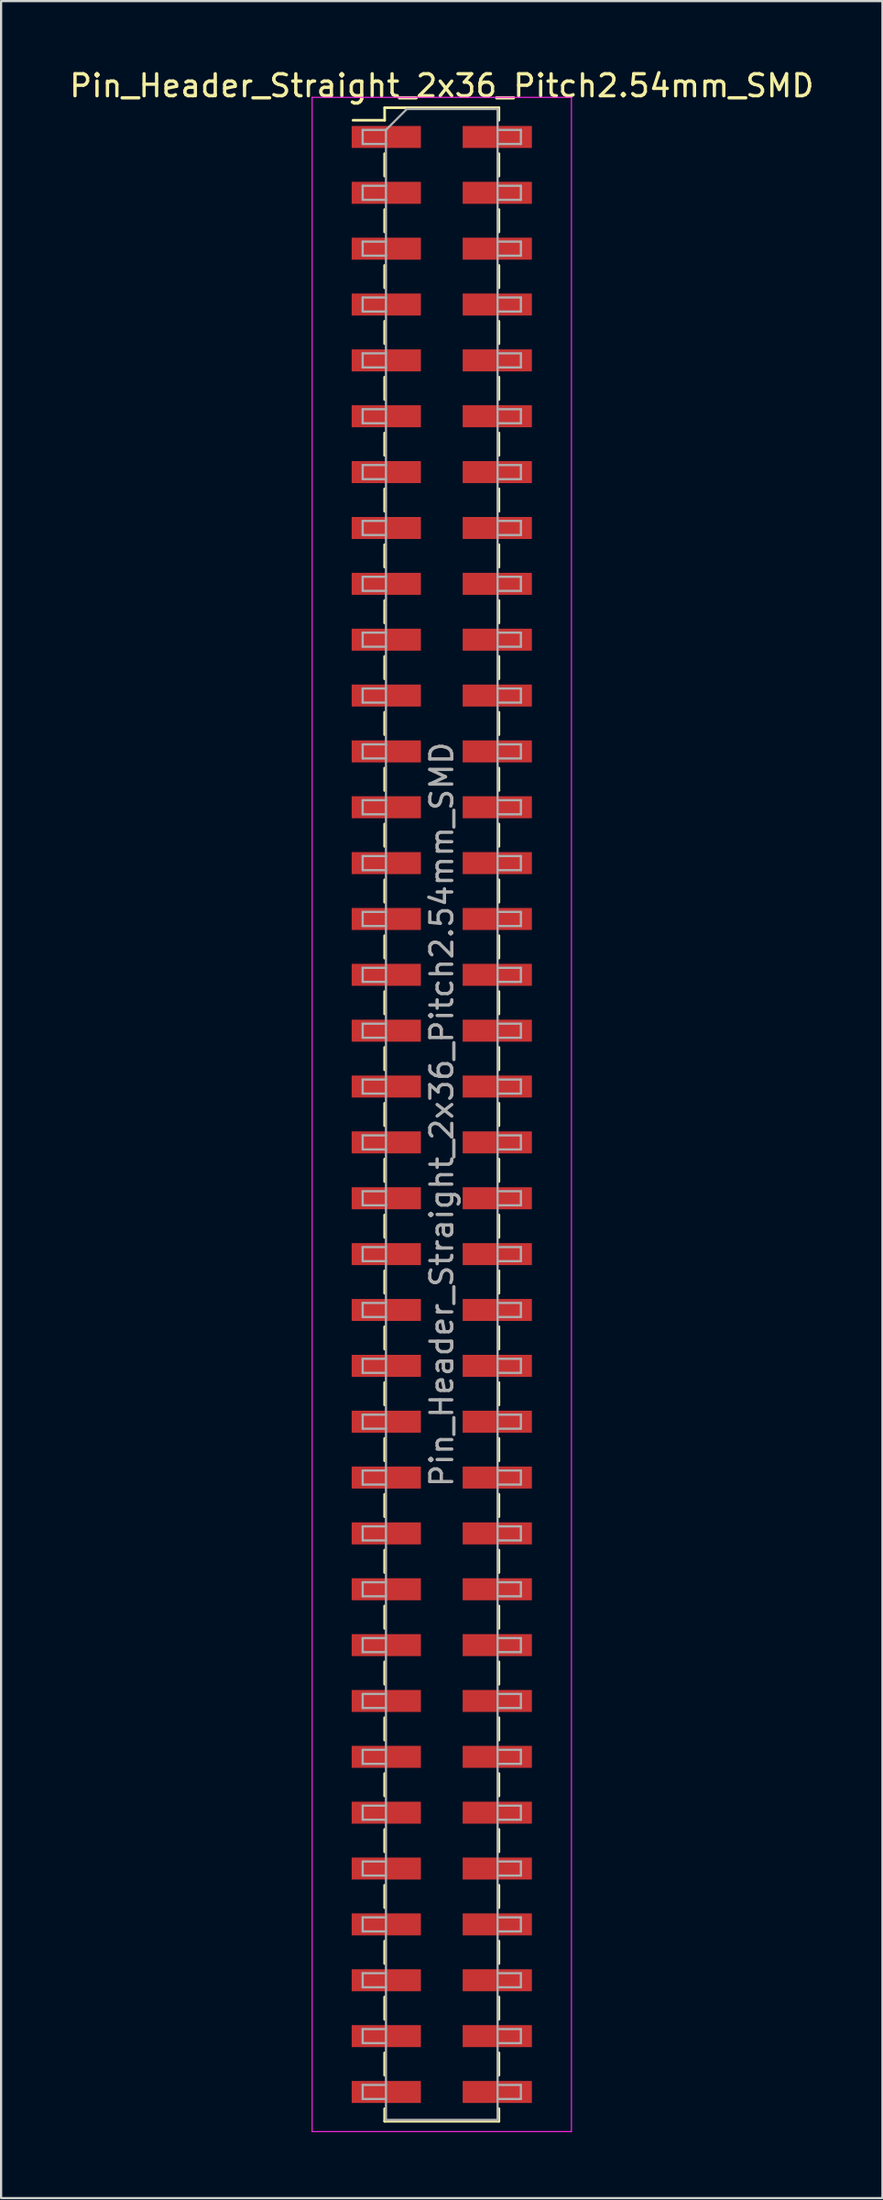
<source format=kicad_pcb>
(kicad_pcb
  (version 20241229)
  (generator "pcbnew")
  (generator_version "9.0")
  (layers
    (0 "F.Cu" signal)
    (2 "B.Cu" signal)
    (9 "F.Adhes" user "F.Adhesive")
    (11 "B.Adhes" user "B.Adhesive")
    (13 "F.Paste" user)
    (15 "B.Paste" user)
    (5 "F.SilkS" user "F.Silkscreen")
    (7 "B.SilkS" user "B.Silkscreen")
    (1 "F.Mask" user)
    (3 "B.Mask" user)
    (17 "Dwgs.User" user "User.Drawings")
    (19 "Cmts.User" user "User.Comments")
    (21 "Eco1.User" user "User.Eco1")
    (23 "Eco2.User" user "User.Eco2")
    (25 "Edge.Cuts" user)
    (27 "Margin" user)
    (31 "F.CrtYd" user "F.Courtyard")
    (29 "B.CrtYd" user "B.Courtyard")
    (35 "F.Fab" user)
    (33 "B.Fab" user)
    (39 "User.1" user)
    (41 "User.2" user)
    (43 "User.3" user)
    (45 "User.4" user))
  (footprint "Pin_Header_Straight_2x36_Pitch2.54mm_SMD"
    (layer "F.Cu")
    (at 17.054 47.628)
    (property "Reference" "Pin_Header_Straight_2x36_Pitch2.54mm_SMD" (at 0 -46.78 0) (layer "F.SilkS") (effects (font (size 1 1) (thickness 0.15))))
    (attr smd)
    (fp_line (start -4.04 -45.21) (end -2.6 -45.21) (stroke (width 0.12) (type solid)) (layer "F.SilkS"))
    (fp_line (start -2.6 -45.78) (end -2.6 -45.21) (stroke (width 0.12) (type solid)) (layer "F.SilkS"))
    (fp_line (start -2.6 -45.78) (end 2.6 -45.78) (stroke (width 0.12) (type solid)) (layer "F.SilkS"))
    (fp_line (start -2.6 -43.69) (end -2.6 -42.67) (stroke (width 0.12) (type solid)) (layer "F.SilkS"))
    (fp_line (start -2.6 -41.15) (end -2.6 -40.13) (stroke (width 0.12) (type solid)) (layer "F.SilkS"))
    (fp_line (start -2.6 -38.61) (end -2.6 -37.59) (stroke (width 0.12) (type solid)) (layer "F.SilkS"))
    (fp_line (start -2.6 -36.07) (end -2.6 -35.05) (stroke (width 0.12) (type solid)) (layer "F.SilkS"))
    (fp_line (start -2.6 -33.53) (end -2.6 -32.51) (stroke (width 0.12) (type solid)) (layer "F.SilkS"))
    (fp_line (start -2.6 -30.99) (end -2.6 -29.97) (stroke (width 0.12) (type solid)) (layer "F.SilkS"))
    (fp_line (start -2.6 -28.45) (end -2.6 -27.43) (stroke (width 0.12) (type solid)) (layer "F.SilkS"))
    (fp_line (start -2.6 -25.91) (end -2.6 -24.89) (stroke (width 0.12) (type solid)) (layer "F.SilkS"))
    (fp_line (start -2.6 -23.37) (end -2.6 -22.35) (stroke (width 0.12) (type solid)) (layer "F.SilkS"))
    (fp_line (start -2.6 -20.83) (end -2.6 -19.81) (stroke (width 0.12) (type solid)) (layer "F.SilkS"))
    (fp_line (start -2.6 -18.29) (end -2.6 -17.27) (stroke (width 0.12) (type solid)) (layer "F.SilkS"))
    (fp_line (start -2.6 -15.75) (end -2.6 -14.73) (stroke (width 0.12) (type solid)) (layer "F.SilkS"))
    (fp_line (start -2.6 -13.21) (end -2.6 -12.19) (stroke (width 0.12) (type solid)) (layer "F.SilkS"))
    (fp_line (start -2.6 -10.67) (end -2.6 -9.65) (stroke (width 0.12) (type solid)) (layer "F.SilkS"))
    (fp_line (start -2.6 -8.13) (end -2.6 -7.11) (stroke (width 0.12) (type solid)) (layer "F.SilkS"))
    (fp_line (start -2.6 -5.59) (end -2.6 -4.57) (stroke (width 0.12) (type solid)) (layer "F.SilkS"))
    (fp_line (start -2.6 -3.05) (end -2.6 -2.03) (stroke (width 0.12) (type solid)) (layer "F.SilkS"))
    (fp_line (start -2.6 -0.51) (end -2.6 0.51) (stroke (width 0.12) (type solid)) (layer "F.SilkS"))
    (fp_line (start -2.6 2.03) (end -2.6 3.05) (stroke (width 0.12) (type solid)) (layer "F.SilkS"))
    (fp_line (start -2.6 4.57) (end -2.6 5.59) (stroke (width 0.12) (type solid)) (layer "F.SilkS"))
    (fp_line (start -2.6 7.11) (end -2.6 8.13) (stroke (width 0.12) (type solid)) (layer "F.SilkS"))
    (fp_line (start -2.6 9.65) (end -2.6 10.67) (stroke (width 0.12) (type solid)) (layer "F.SilkS"))
    (fp_line (start -2.6 12.19) (end -2.6 13.21) (stroke (width 0.12) (type solid)) (layer "F.SilkS"))
    (fp_line (start -2.6 14.73) (end -2.6 15.75) (stroke (width 0.12) (type solid)) (layer "F.SilkS"))
    (fp_line (start -2.6 17.27) (end -2.6 18.29) (stroke (width 0.12) (type solid)) (layer "F.SilkS"))
    (fp_line (start -2.6 19.81) (end -2.6 20.83) (stroke (width 0.12) (type solid)) (layer "F.SilkS"))
    (fp_line (start -2.6 22.35) (end -2.6 23.37) (stroke (width 0.12) (type solid)) (layer "F.SilkS"))
    (fp_line (start -2.6 24.89) (end -2.6 25.91) (stroke (width 0.12) (type solid)) (layer "F.SilkS"))
    (fp_line (start -2.6 27.43) (end -2.6 28.45) (stroke (width 0.12) (type solid)) (layer "F.SilkS"))
    (fp_line (start -2.6 29.97) (end -2.6 30.99) (stroke (width 0.12) (type solid)) (layer "F.SilkS"))
    (fp_line (start -2.6 32.51) (end -2.6 33.53) (stroke (width 0.12) (type solid)) (layer "F.SilkS"))
    (fp_line (start -2.6 35.05) (end -2.6 36.07) (stroke (width 0.12) (type solid)) (layer "F.SilkS"))
    (fp_line (start -2.6 37.59) (end -2.6 38.61) (stroke (width 0.12) (type solid)) (layer "F.SilkS"))
    (fp_line (start -2.6 40.13) (end -2.6 41.15) (stroke (width 0.12) (type solid)) (layer "F.SilkS"))
    (fp_line (start -2.6 42.67) (end -2.6 43.69) (stroke (width 0.12) (type solid)) (layer "F.SilkS"))
    (fp_line (start -2.6 45.21) (end -2.6 45.78) (stroke (width 0.12) (type solid)) (layer "F.SilkS"))
    (fp_line (start -2.6 45.78) (end 2.6 45.78) (stroke (width 0.12) (type solid)) (layer "F.SilkS"))
    (fp_line (start 2.6 -45.78) (end 2.6 -45.21) (stroke (width 0.12) (type solid)) (layer "F.SilkS"))
    (fp_line (start 2.6 -43.69) (end 2.6 -42.67) (stroke (width 0.12) (type solid)) (layer "F.SilkS"))
    (fp_line (start 2.6 -41.15) (end 2.6 -40.13) (stroke (width 0.12) (type solid)) (layer "F.SilkS"))
    (fp_line (start 2.6 -38.61) (end 2.6 -37.59) (stroke (width 0.12) (type solid)) (layer "F.SilkS"))
    (fp_line (start 2.6 -36.07) (end 2.6 -35.05) (stroke (width 0.12) (type solid)) (layer "F.SilkS"))
    (fp_line (start 2.6 -33.53) (end 2.6 -32.51) (stroke (width 0.12) (type solid)) (layer "F.SilkS"))
    (fp_line (start 2.6 -30.99) (end 2.6 -29.97) (stroke (width 0.12) (type solid)) (layer "F.SilkS"))
    (fp_line (start 2.6 -28.45) (end 2.6 -27.43) (stroke (width 0.12) (type solid)) (layer "F.SilkS"))
    (fp_line (start 2.6 -25.91) (end 2.6 -24.89) (stroke (width 0.12) (type solid)) (layer "F.SilkS"))
    (fp_line (start 2.6 -23.37) (end 2.6 -22.35) (stroke (width 0.12) (type solid)) (layer "F.SilkS"))
    (fp_line (start 2.6 -20.83) (end 2.6 -19.81) (stroke (width 0.12) (type solid)) (layer "F.SilkS"))
    (fp_line (start 2.6 -18.29) (end 2.6 -17.27) (stroke (width 0.12) (type solid)) (layer "F.SilkS"))
    (fp_line (start 2.6 -15.75) (end 2.6 -14.73) (stroke (width 0.12) (type solid)) (layer "F.SilkS"))
    (fp_line (start 2.6 -13.21) (end 2.6 -12.19) (stroke (width 0.12) (type solid)) (layer "F.SilkS"))
    (fp_line (start 2.6 -10.67) (end 2.6 -9.65) (stroke (width 0.12) (type solid)) (layer "F.SilkS"))
    (fp_line (start 2.6 -8.13) (end 2.6 -7.11) (stroke (width 0.12) (type solid)) (layer "F.SilkS"))
    (fp_line (start 2.6 -5.59) (end 2.6 -4.57) (stroke (width 0.12) (type solid)) (layer "F.SilkS"))
    (fp_line (start 2.6 -3.05) (end 2.6 -2.03) (stroke (width 0.12) (type solid)) (layer "F.SilkS"))
    (fp_line (start 2.6 -0.51) (end 2.6 0.51) (stroke (width 0.12) (type solid)) (layer "F.SilkS"))
    (fp_line (start 2.6 2.03) (end 2.6 3.05) (stroke (width 0.12) (type solid)) (layer "F.SilkS"))
    (fp_line (start 2.6 4.57) (end 2.6 5.59) (stroke (width 0.12) (type solid)) (layer "F.SilkS"))
    (fp_line (start 2.6 7.11) (end 2.6 8.13) (stroke (width 0.12) (type solid)) (layer "F.SilkS"))
    (fp_line (start 2.6 9.65) (end 2.6 10.67) (stroke (width 0.12) (type solid)) (layer "F.SilkS"))
    (fp_line (start 2.6 12.19) (end 2.6 13.21) (stroke (width 0.12) (type solid)) (layer "F.SilkS"))
    (fp_line (start 2.6 14.73) (end 2.6 15.75) (stroke (width 0.12) (type solid)) (layer "F.SilkS"))
    (fp_line (start 2.6 17.27) (end 2.6 18.29) (stroke (width 0.12) (type solid)) (layer "F.SilkS"))
    (fp_line (start 2.6 19.81) (end 2.6 20.83) (stroke (width 0.12) (type solid)) (layer "F.SilkS"))
    (fp_line (start 2.6 22.35) (end 2.6 23.37) (stroke (width 0.12) (type solid)) (layer "F.SilkS"))
    (fp_line (start 2.6 24.89) (end 2.6 25.91) (stroke (width 0.12) (type solid)) (layer "F.SilkS"))
    (fp_line (start 2.6 27.43) (end 2.6 28.45) (stroke (width 0.12) (type solid)) (layer "F.SilkS"))
    (fp_line (start 2.6 29.97) (end 2.6 30.99) (stroke (width 0.12) (type solid)) (layer "F.SilkS"))
    (fp_line (start 2.6 32.51) (end 2.6 33.53) (stroke (width 0.12) (type solid)) (layer "F.SilkS"))
    (fp_line (start 2.6 35.05) (end 2.6 36.07) (stroke (width 0.12) (type solid)) (layer "F.SilkS"))
    (fp_line (start 2.6 37.59) (end 2.6 38.61) (stroke (width 0.12) (type solid)) (layer "F.SilkS"))
    (fp_line (start 2.6 40.13) (end 2.6 41.15) (stroke (width 0.12) (type solid)) (layer "F.SilkS"))
    (fp_line (start 2.6 42.67) (end 2.6 43.69) (stroke (width 0.12) (type solid)) (layer "F.SilkS"))
    (fp_line (start 2.6 45.21) (end 2.6 45.78) (stroke (width 0.12) (type solid)) (layer "F.SilkS"))
    (fp_line (start -5.9 -46.25) (end -5.9 46.25) (stroke (width 0.05) (type solid)) (layer "F.CrtYd"))
    (fp_line (start -5.9 46.25) (end 5.9 46.25) (stroke (width 0.05) (type solid)) (layer "F.CrtYd"))
    (fp_line (start 5.9 -46.25) (end -5.9 -46.25) (stroke (width 0.05) (type solid)) (layer "F.CrtYd"))
    (fp_line (start 5.9 46.25) (end 5.9 -46.25) (stroke (width 0.05) (type solid)) (layer "F.CrtYd"))
    (fp_line (start -3.6 -44.77) (end -3.6 -44.13) (stroke (width 0.1) (type solid)) (layer "F.Fab"))
    (fp_line (start -3.6 -44.13) (end -2.54 -44.13) (stroke (width 0.1) (type solid)) (layer "F.Fab"))
    (fp_line (start -3.6 -42.23) (end -3.6 -41.59) (stroke (width 0.1) (type solid)) (layer "F.Fab"))
    (fp_line (start -3.6 -41.59) (end -2.54 -41.59) (stroke (width 0.1) (type solid)) (layer "F.Fab"))
    (fp_line (start -3.6 -39.69) (end -3.6 -39.05) (stroke (width 0.1) (type solid)) (layer "F.Fab"))
    (fp_line (start -3.6 -39.05) (end -2.54 -39.05) (stroke (width 0.1) (type solid)) (layer "F.Fab"))
    (fp_line (start -3.6 -37.15) (end -3.6 -36.51) (stroke (width 0.1) (type solid)) (layer "F.Fab"))
    (fp_line (start -3.6 -36.51) (end -2.54 -36.51) (stroke (width 0.1) (type solid)) (layer "F.Fab"))
    (fp_line (start -3.6 -34.61) (end -3.6 -33.97) (stroke (width 0.1) (type solid)) (layer "F.Fab"))
    (fp_line (start -3.6 -33.97) (end -2.54 -33.97) (stroke (width 0.1) (type solid)) (layer "F.Fab"))
    (fp_line (start -3.6 -32.07) (end -3.6 -31.43) (stroke (width 0.1) (type solid)) (layer "F.Fab"))
    (fp_line (start -3.6 -31.43) (end -2.54 -31.43) (stroke (width 0.1) (type solid)) (layer "F.Fab"))
    (fp_line (start -3.6 -29.53) (end -3.6 -28.89) (stroke (width 0.1) (type solid)) (layer "F.Fab"))
    (fp_line (start -3.6 -28.89) (end -2.54 -28.89) (stroke (width 0.1) (type solid)) (layer "F.Fab"))
    (fp_line (start -3.6 -26.99) (end -3.6 -26.35) (stroke (width 0.1) (type solid)) (layer "F.Fab"))
    (fp_line (start -3.6 -26.35) (end -2.54 -26.35) (stroke (width 0.1) (type solid)) (layer "F.Fab"))
    (fp_line (start -3.6 -24.45) (end -3.6 -23.81) (stroke (width 0.1) (type solid)) (layer "F.Fab"))
    (fp_line (start -3.6 -23.81) (end -2.54 -23.81) (stroke (width 0.1) (type solid)) (layer "F.Fab"))
    (fp_line (start -3.6 -21.91) (end -3.6 -21.27) (stroke (width 0.1) (type solid)) (layer "F.Fab"))
    (fp_line (start -3.6 -21.27) (end -2.54 -21.27) (stroke (width 0.1) (type solid)) (layer "F.Fab"))
    (fp_line (start -3.6 -19.37) (end -3.6 -18.73) (stroke (width 0.1) (type solid)) (layer "F.Fab"))
    (fp_line (start -3.6 -18.73) (end -2.54 -18.73) (stroke (width 0.1) (type solid)) (layer "F.Fab"))
    (fp_line (start -3.6 -16.83) (end -3.6 -16.19) (stroke (width 0.1) (type solid)) (layer "F.Fab"))
    (fp_line (start -3.6 -16.19) (end -2.54 -16.19) (stroke (width 0.1) (type solid)) (layer "F.Fab"))
    (fp_line (start -3.6 -14.29) (end -3.6 -13.65) (stroke (width 0.1) (type solid)) (layer "F.Fab"))
    (fp_line (start -3.6 -13.65) (end -2.54 -13.65) (stroke (width 0.1) (type solid)) (layer "F.Fab"))
    (fp_line (start -3.6 -11.75) (end -3.6 -11.11) (stroke (width 0.1) (type solid)) (layer "F.Fab"))
    (fp_line (start -3.6 -11.11) (end -2.54 -11.11) (stroke (width 0.1) (type solid)) (layer "F.Fab"))
    (fp_line (start -3.6 -9.21) (end -3.6 -8.57) (stroke (width 0.1) (type solid)) (layer "F.Fab"))
    (fp_line (start -3.6 -8.57) (end -2.54 -8.57) (stroke (width 0.1) (type solid)) (layer "F.Fab"))
    (fp_line (start -3.6 -6.67) (end -3.6 -6.03) (stroke (width 0.1) (type solid)) (layer "F.Fab"))
    (fp_line (start -3.6 -6.03) (end -2.54 -6.03) (stroke (width 0.1) (type solid)) (layer "F.Fab"))
    (fp_line (start -3.6 -4.13) (end -3.6 -3.49) (stroke (width 0.1) (type solid)) (layer "F.Fab"))
    (fp_line (start -3.6 -3.49) (end -2.54 -3.49) (stroke (width 0.1) (type solid)) (layer "F.Fab"))
    (fp_line (start -3.6 -1.59) (end -3.6 -0.95) (stroke (width 0.1) (type solid)) (layer "F.Fab"))
    (fp_line (start -3.6 -0.95) (end -2.54 -0.95) (stroke (width 0.1) (type solid)) (layer "F.Fab"))
    (fp_line (start -3.6 0.95) (end -3.6 1.59) (stroke (width 0.1) (type solid)) (layer "F.Fab"))
    (fp_line (start -3.6 1.59) (end -2.54 1.59) (stroke (width 0.1) (type solid)) (layer "F.Fab"))
    (fp_line (start -3.6 3.49) (end -3.6 4.13) (stroke (width 0.1) (type solid)) (layer "F.Fab"))
    (fp_line (start -3.6 4.13) (end -2.54 4.13) (stroke (width 0.1) (type solid)) (layer "F.Fab"))
    (fp_line (start -3.6 6.03) (end -3.6 6.67) (stroke (width 0.1) (type solid)) (layer "F.Fab"))
    (fp_line (start -3.6 6.67) (end -2.54 6.67) (stroke (width 0.1) (type solid)) (layer "F.Fab"))
    (fp_line (start -3.6 8.57) (end -3.6 9.21) (stroke (width 0.1) (type solid)) (layer "F.Fab"))
    (fp_line (start -3.6 9.21) (end -2.54 9.21) (stroke (width 0.1) (type solid)) (layer "F.Fab"))
    (fp_line (start -3.6 11.11) (end -3.6 11.75) (stroke (width 0.1) (type solid)) (layer "F.Fab"))
    (fp_line (start -3.6 11.75) (end -2.54 11.75) (stroke (width 0.1) (type solid)) (layer "F.Fab"))
    (fp_line (start -3.6 13.65) (end -3.6 14.29) (stroke (width 0.1) (type solid)) (layer "F.Fab"))
    (fp_line (start -3.6 14.29) (end -2.54 14.29) (stroke (width 0.1) (type solid)) (layer "F.Fab"))
    (fp_line (start -3.6 16.19) (end -3.6 16.83) (stroke (width 0.1) (type solid)) (layer "F.Fab"))
    (fp_line (start -3.6 16.83) (end -2.54 16.83) (stroke (width 0.1) (type solid)) (layer "F.Fab"))
    (fp_line (start -3.6 18.73) (end -3.6 19.37) (stroke (width 0.1) (type solid)) (layer "F.Fab"))
    (fp_line (start -3.6 19.37) (end -2.54 19.37) (stroke (width 0.1) (type solid)) (layer "F.Fab"))
    (fp_line (start -3.6 21.27) (end -3.6 21.91) (stroke (width 0.1) (type solid)) (layer "F.Fab"))
    (fp_line (start -3.6 21.91) (end -2.54 21.91) (stroke (width 0.1) (type solid)) (layer "F.Fab"))
    (fp_line (start -3.6 23.81) (end -3.6 24.45) (stroke (width 0.1) (type solid)) (layer "F.Fab"))
    (fp_line (start -3.6 24.45) (end -2.54 24.45) (stroke (width 0.1) (type solid)) (layer "F.Fab"))
    (fp_line (start -3.6 26.35) (end -3.6 26.99) (stroke (width 0.1) (type solid)) (layer "F.Fab"))
    (fp_line (start -3.6 26.99) (end -2.54 26.99) (stroke (width 0.1) (type solid)) (layer "F.Fab"))
    (fp_line (start -3.6 28.89) (end -3.6 29.53) (stroke (width 0.1) (type solid)) (layer "F.Fab"))
    (fp_line (start -3.6 29.53) (end -2.54 29.53) (stroke (width 0.1) (type solid)) (layer "F.Fab"))
    (fp_line (start -3.6 31.43) (end -3.6 32.07) (stroke (width 0.1) (type solid)) (layer "F.Fab"))
    (fp_line (start -3.6 32.07) (end -2.54 32.07) (stroke (width 0.1) (type solid)) (layer "F.Fab"))
    (fp_line (start -3.6 33.97) (end -3.6 34.61) (stroke (width 0.1) (type solid)) (layer "F.Fab"))
    (fp_line (start -3.6 34.61) (end -2.54 34.61) (stroke (width 0.1) (type solid)) (layer "F.Fab"))
    (fp_line (start -3.6 36.51) (end -3.6 37.15) (stroke (width 0.1) (type solid)) (layer "F.Fab"))
    (fp_line (start -3.6 37.15) (end -2.54 37.15) (stroke (width 0.1) (type solid)) (layer "F.Fab"))
    (fp_line (start -3.6 39.05) (end -3.6 39.69) (stroke (width 0.1) (type solid)) (layer "F.Fab"))
    (fp_line (start -3.6 39.69) (end -2.54 39.69) (stroke (width 0.1) (type solid)) (layer "F.Fab"))
    (fp_line (start -3.6 41.59) (end -3.6 42.23) (stroke (width 0.1) (type solid)) (layer "F.Fab"))
    (fp_line (start -3.6 42.23) (end -2.54 42.23) (stroke (width 0.1) (type solid)) (layer "F.Fab"))
    (fp_line (start -3.6 44.13) (end -3.6 44.77) (stroke (width 0.1) (type solid)) (layer "F.Fab"))
    (fp_line (start -3.6 44.77) (end -2.54 44.77) (stroke (width 0.1) (type solid)) (layer "F.Fab"))
    (fp_line (start -2.54 -44.77) (end -3.6 -44.77) (stroke (width 0.1) (type solid)) (layer "F.Fab"))
    (fp_line (start -2.54 -44.77) (end -1.59 -45.72) (stroke (width 0.1) (type solid)) (layer "F.Fab"))
    (fp_line (start -2.54 -42.23) (end -3.6 -42.23) (stroke (width 0.1) (type solid)) (layer "F.Fab"))
    (fp_line (start -2.54 -39.69) (end -3.6 -39.69) (stroke (width 0.1) (type solid)) (layer "F.Fab"))
    (fp_line (start -2.54 -37.15) (end -3.6 -37.15) (stroke (width 0.1) (type solid)) (layer "F.Fab"))
    (fp_line (start -2.54 -34.61) (end -3.6 -34.61) (stroke (width 0.1) (type solid)) (layer "F.Fab"))
    (fp_line (start -2.54 -32.07) (end -3.6 -32.07) (stroke (width 0.1) (type solid)) (layer "F.Fab"))
    (fp_line (start -2.54 -29.53) (end -3.6 -29.53) (stroke (width 0.1) (type solid)) (layer "F.Fab"))
    (fp_line (start -2.54 -26.99) (end -3.6 -26.99) (stroke (width 0.1) (type solid)) (layer "F.Fab"))
    (fp_line (start -2.54 -24.45) (end -3.6 -24.45) (stroke (width 0.1) (type solid)) (layer "F.Fab"))
    (fp_line (start -2.54 -21.91) (end -3.6 -21.91) (stroke (width 0.1) (type solid)) (layer "F.Fab"))
    (fp_line (start -2.54 -19.37) (end -3.6 -19.37) (stroke (width 0.1) (type solid)) (layer "F.Fab"))
    (fp_line (start -2.54 -16.83) (end -3.6 -16.83) (stroke (width 0.1) (type solid)) (layer "F.Fab"))
    (fp_line (start -2.54 -14.29) (end -3.6 -14.29) (stroke (width 0.1) (type solid)) (layer "F.Fab"))
    (fp_line (start -2.54 -11.75) (end -3.6 -11.75) (stroke (width 0.1) (type solid)) (layer "F.Fab"))
    (fp_line (start -2.54 -9.21) (end -3.6 -9.21) (stroke (width 0.1) (type solid)) (layer "F.Fab"))
    (fp_line (start -2.54 -6.67) (end -3.6 -6.67) (stroke (width 0.1) (type solid)) (layer "F.Fab"))
    (fp_line (start -2.54 -4.13) (end -3.6 -4.13) (stroke (width 0.1) (type solid)) (layer "F.Fab"))
    (fp_line (start -2.54 -1.59) (end -3.6 -1.59) (stroke (width 0.1) (type solid)) (layer "F.Fab"))
    (fp_line (start -2.54 0.95) (end -3.6 0.95) (stroke (width 0.1) (type solid)) (layer "F.Fab"))
    (fp_line (start -2.54 3.49) (end -3.6 3.49) (stroke (width 0.1) (type solid)) (layer "F.Fab"))
    (fp_line (start -2.54 6.03) (end -3.6 6.03) (stroke (width 0.1) (type solid)) (layer "F.Fab"))
    (fp_line (start -2.54 8.57) (end -3.6 8.57) (stroke (width 0.1) (type solid)) (layer "F.Fab"))
    (fp_line (start -2.54 11.11) (end -3.6 11.11) (stroke (width 0.1) (type solid)) (layer "F.Fab"))
    (fp_line (start -2.54 13.65) (end -3.6 13.65) (stroke (width 0.1) (type solid)) (layer "F.Fab"))
    (fp_line (start -2.54 16.19) (end -3.6 16.19) (stroke (width 0.1) (type solid)) (layer "F.Fab"))
    (fp_line (start -2.54 18.73) (end -3.6 18.73) (stroke (width 0.1) (type solid)) (layer "F.Fab"))
    (fp_line (start -2.54 21.27) (end -3.6 21.27) (stroke (width 0.1) (type solid)) (layer "F.Fab"))
    (fp_line (start -2.54 23.81) (end -3.6 23.81) (stroke (width 0.1) (type solid)) (layer "F.Fab"))
    (fp_line (start -2.54 26.35) (end -3.6 26.35) (stroke (width 0.1) (type solid)) (layer "F.Fab"))
    (fp_line (start -2.54 28.89) (end -3.6 28.89) (stroke (width 0.1) (type solid)) (layer "F.Fab"))
    (fp_line (start -2.54 31.43) (end -3.6 31.43) (stroke (width 0.1) (type solid)) (layer "F.Fab"))
    (fp_line (start -2.54 33.97) (end -3.6 33.97) (stroke (width 0.1) (type solid)) (layer "F.Fab"))
    (fp_line (start -2.54 36.51) (end -3.6 36.51) (stroke (width 0.1) (type solid)) (layer "F.Fab"))
    (fp_line (start -2.54 39.05) (end -3.6 39.05) (stroke (width 0.1) (type solid)) (layer "F.Fab"))
    (fp_line (start -2.54 41.59) (end -3.6 41.59) (stroke (width 0.1) (type solid)) (layer "F.Fab"))
    (fp_line (start -2.54 44.13) (end -3.6 44.13) (stroke (width 0.1) (type solid)) (layer "F.Fab"))
    (fp_line (start -2.54 45.72) (end -2.54 -44.77) (stroke (width 0.1) (type solid)) (layer "F.Fab"))
    (fp_line (start -1.59 -45.72) (end 2.54 -45.72) (stroke (width 0.1) (type solid)) (layer "F.Fab"))
    (fp_line (start 2.54 -45.72) (end 2.54 45.72) (stroke (width 0.1) (type solid)) (layer "F.Fab"))
    (fp_line (start 2.54 -44.77) (end 3.6 -44.77) (stroke (width 0.1) (type solid)) (layer "F.Fab"))
    (fp_line (start 2.54 -42.23) (end 3.6 -42.23) (stroke (width 0.1) (type solid)) (layer "F.Fab"))
    (fp_line (start 2.54 -39.69) (end 3.6 -39.69) (stroke (width 0.1) (type solid)) (layer "F.Fab"))
    (fp_line (start 2.54 -37.15) (end 3.6 -37.15) (stroke (width 0.1) (type solid)) (layer "F.Fab"))
    (fp_line (start 2.54 -34.61) (end 3.6 -34.61) (stroke (width 0.1) (type solid)) (layer "F.Fab"))
    (fp_line (start 2.54 -32.07) (end 3.6 -32.07) (stroke (width 0.1) (type solid)) (layer "F.Fab"))
    (fp_line (start 2.54 -29.53) (end 3.6 -29.53) (stroke (width 0.1) (type solid)) (layer "F.Fab"))
    (fp_line (start 2.54 -26.99) (end 3.6 -26.99) (stroke (width 0.1) (type solid)) (layer "F.Fab"))
    (fp_line (start 2.54 -24.45) (end 3.6 -24.45) (stroke (width 0.1) (type solid)) (layer "F.Fab"))
    (fp_line (start 2.54 -21.91) (end 3.6 -21.91) (stroke (width 0.1) (type solid)) (layer "F.Fab"))
    (fp_line (start 2.54 -19.37) (end 3.6 -19.37) (stroke (width 0.1) (type solid)) (layer "F.Fab"))
    (fp_line (start 2.54 -16.83) (end 3.6 -16.83) (stroke (width 0.1) (type solid)) (layer "F.Fab"))
    (fp_line (start 2.54 -14.29) (end 3.6 -14.29) (stroke (width 0.1) (type solid)) (layer "F.Fab"))
    (fp_line (start 2.54 -11.75) (end 3.6 -11.75) (stroke (width 0.1) (type solid)) (layer "F.Fab"))
    (fp_line (start 2.54 -9.21) (end 3.6 -9.21) (stroke (width 0.1) (type solid)) (layer "F.Fab"))
    (fp_line (start 2.54 -6.67) (end 3.6 -6.67) (stroke (width 0.1) (type solid)) (layer "F.Fab"))
    (fp_line (start 2.54 -4.13) (end 3.6 -4.13) (stroke (width 0.1) (type solid)) (layer "F.Fab"))
    (fp_line (start 2.54 -1.59) (end 3.6 -1.59) (stroke (width 0.1) (type solid)) (layer "F.Fab"))
    (fp_line (start 2.54 0.95) (end 3.6 0.95) (stroke (width 0.1) (type solid)) (layer "F.Fab"))
    (fp_line (start 2.54 3.49) (end 3.6 3.49) (stroke (width 0.1) (type solid)) (layer "F.Fab"))
    (fp_line (start 2.54 6.03) (end 3.6 6.03) (stroke (width 0.1) (type solid)) (layer "F.Fab"))
    (fp_line (start 2.54 8.57) (end 3.6 8.57) (stroke (width 0.1) (type solid)) (layer "F.Fab"))
    (fp_line (start 2.54 11.11) (end 3.6 11.11) (stroke (width 0.1) (type solid)) (layer "F.Fab"))
    (fp_line (start 2.54 13.65) (end 3.6 13.65) (stroke (width 0.1) (type solid)) (layer "F.Fab"))
    (fp_line (start 2.54 16.19) (end 3.6 16.19) (stroke (width 0.1) (type solid)) (layer "F.Fab"))
    (fp_line (start 2.54 18.73) (end 3.6 18.73) (stroke (width 0.1) (type solid)) (layer "F.Fab"))
    (fp_line (start 2.54 21.27) (end 3.6 21.27) (stroke (width 0.1) (type solid)) (layer "F.Fab"))
    (fp_line (start 2.54 23.81) (end 3.6 23.81) (stroke (width 0.1) (type solid)) (layer "F.Fab"))
    (fp_line (start 2.54 26.35) (end 3.6 26.35) (stroke (width 0.1) (type solid)) (layer "F.Fab"))
    (fp_line (start 2.54 28.89) (end 3.6 28.89) (stroke (width 0.1) (type solid)) (layer "F.Fab"))
    (fp_line (start 2.54 31.43) (end 3.6 31.43) (stroke (width 0.1) (type solid)) (layer "F.Fab"))
    (fp_line (start 2.54 33.97) (end 3.6 33.97) (stroke (width 0.1) (type solid)) (layer "F.Fab"))
    (fp_line (start 2.54 36.51) (end 3.6 36.51) (stroke (width 0.1) (type solid)) (layer "F.Fab"))
    (fp_line (start 2.54 39.05) (end 3.6 39.05) (stroke (width 0.1) (type solid)) (layer "F.Fab"))
    (fp_line (start 2.54 41.59) (end 3.6 41.59) (stroke (width 0.1) (type solid)) (layer "F.Fab"))
    (fp_line (start 2.54 44.13) (end 3.6 44.13) (stroke (width 0.1) (type solid)) (layer "F.Fab"))
    (fp_line (start 2.54 45.72) (end -2.54 45.72) (stroke (width 0.1) (type solid)) (layer "F.Fab"))
    (fp_line (start 3.6 -44.77) (end 3.6 -44.13) (stroke (width 0.1) (type solid)) (layer "F.Fab"))
    (fp_line (start 3.6 -44.13) (end 2.54 -44.13) (stroke (width 0.1) (type solid)) (layer "F.Fab"))
    (fp_line (start 3.6 -42.23) (end 3.6 -41.59) (stroke (width 0.1) (type solid)) (layer "F.Fab"))
    (fp_line (start 3.6 -41.59) (end 2.54 -41.59) (stroke (width 0.1) (type solid)) (layer "F.Fab"))
    (fp_line (start 3.6 -39.69) (end 3.6 -39.05) (stroke (width 0.1) (type solid)) (layer "F.Fab"))
    (fp_line (start 3.6 -39.05) (end 2.54 -39.05) (stroke (width 0.1) (type solid)) (layer "F.Fab"))
    (fp_line (start 3.6 -37.15) (end 3.6 -36.51) (stroke (width 0.1) (type solid)) (layer "F.Fab"))
    (fp_line (start 3.6 -36.51) (end 2.54 -36.51) (stroke (width 0.1) (type solid)) (layer "F.Fab"))
    (fp_line (start 3.6 -34.61) (end 3.6 -33.97) (stroke (width 0.1) (type solid)) (layer "F.Fab"))
    (fp_line (start 3.6 -33.97) (end 2.54 -33.97) (stroke (width 0.1) (type solid)) (layer "F.Fab"))
    (fp_line (start 3.6 -32.07) (end 3.6 -31.43) (stroke (width 0.1) (type solid)) (layer "F.Fab"))
    (fp_line (start 3.6 -31.43) (end 2.54 -31.43) (stroke (width 0.1) (type solid)) (layer "F.Fab"))
    (fp_line (start 3.6 -29.53) (end 3.6 -28.89) (stroke (width 0.1) (type solid)) (layer "F.Fab"))
    (fp_line (start 3.6 -28.89) (end 2.54 -28.89) (stroke (width 0.1) (type solid)) (layer "F.Fab"))
    (fp_line (start 3.6 -26.99) (end 3.6 -26.35) (stroke (width 0.1) (type solid)) (layer "F.Fab"))
    (fp_line (start 3.6 -26.35) (end 2.54 -26.35) (stroke (width 0.1) (type solid)) (layer "F.Fab"))
    (fp_line (start 3.6 -24.45) (end 3.6 -23.81) (stroke (width 0.1) (type solid)) (layer "F.Fab"))
    (fp_line (start 3.6 -23.81) (end 2.54 -23.81) (stroke (width 0.1) (type solid)) (layer "F.Fab"))
    (fp_line (start 3.6 -21.91) (end 3.6 -21.27) (stroke (width 0.1) (type solid)) (layer "F.Fab"))
    (fp_line (start 3.6 -21.27) (end 2.54 -21.27) (stroke (width 0.1) (type solid)) (layer "F.Fab"))
    (fp_line (start 3.6 -19.37) (end 3.6 -18.73) (stroke (width 0.1) (type solid)) (layer "F.Fab"))
    (fp_line (start 3.6 -18.73) (end 2.54 -18.73) (stroke (width 0.1) (type solid)) (layer "F.Fab"))
    (fp_line (start 3.6 -16.83) (end 3.6 -16.19) (stroke (width 0.1) (type solid)) (layer "F.Fab"))
    (fp_line (start 3.6 -16.19) (end 2.54 -16.19) (stroke (width 0.1) (type solid)) (layer "F.Fab"))
    (fp_line (start 3.6 -14.29) (end 3.6 -13.65) (stroke (width 0.1) (type solid)) (layer "F.Fab"))
    (fp_line (start 3.6 -13.65) (end 2.54 -13.65) (stroke (width 0.1) (type solid)) (layer "F.Fab"))
    (fp_line (start 3.6 -11.75) (end 3.6 -11.11) (stroke (width 0.1) (type solid)) (layer "F.Fab"))
    (fp_line (start 3.6 -11.11) (end 2.54 -11.11) (stroke (width 0.1) (type solid)) (layer "F.Fab"))
    (fp_line (start 3.6 -9.21) (end 3.6 -8.57) (stroke (width 0.1) (type solid)) (layer "F.Fab"))
    (fp_line (start 3.6 -8.57) (end 2.54 -8.57) (stroke (width 0.1) (type solid)) (layer "F.Fab"))
    (fp_line (start 3.6 -6.67) (end 3.6 -6.03) (stroke (width 0.1) (type solid)) (layer "F.Fab"))
    (fp_line (start 3.6 -6.03) (end 2.54 -6.03) (stroke (width 0.1) (type solid)) (layer "F.Fab"))
    (fp_line (start 3.6 -4.13) (end 3.6 -3.49) (stroke (width 0.1) (type solid)) (layer "F.Fab"))
    (fp_line (start 3.6 -3.49) (end 2.54 -3.49) (stroke (width 0.1) (type solid)) (layer "F.Fab"))
    (fp_line (start 3.6 -1.59) (end 3.6 -0.95) (stroke (width 0.1) (type solid)) (layer "F.Fab"))
    (fp_line (start 3.6 -0.95) (end 2.54 -0.95) (stroke (width 0.1) (type solid)) (layer "F.Fab"))
    (fp_line (start 3.6 0.95) (end 3.6 1.59) (stroke (width 0.1) (type solid)) (layer "F.Fab"))
    (fp_line (start 3.6 1.59) (end 2.54 1.59) (stroke (width 0.1) (type solid)) (layer "F.Fab"))
    (fp_line (start 3.6 3.49) (end 3.6 4.13) (stroke (width 0.1) (type solid)) (layer "F.Fab"))
    (fp_line (start 3.6 4.13) (end 2.54 4.13) (stroke (width 0.1) (type solid)) (layer "F.Fab"))
    (fp_line (start 3.6 6.03) (end 3.6 6.67) (stroke (width 0.1) (type solid)) (layer "F.Fab"))
    (fp_line (start 3.6 6.67) (end 2.54 6.67) (stroke (width 0.1) (type solid)) (layer "F.Fab"))
    (fp_line (start 3.6 8.57) (end 3.6 9.21) (stroke (width 0.1) (type solid)) (layer "F.Fab"))
    (fp_line (start 3.6 9.21) (end 2.54 9.21) (stroke (width 0.1) (type solid)) (layer "F.Fab"))
    (fp_line (start 3.6 11.11) (end 3.6 11.75) (stroke (width 0.1) (type solid)) (layer "F.Fab"))
    (fp_line (start 3.6 11.75) (end 2.54 11.75) (stroke (width 0.1) (type solid)) (layer "F.Fab"))
    (fp_line (start 3.6 13.65) (end 3.6 14.29) (stroke (width 0.1) (type solid)) (layer "F.Fab"))
    (fp_line (start 3.6 14.29) (end 2.54 14.29) (stroke (width 0.1) (type solid)) (layer "F.Fab"))
    (fp_line (start 3.6 16.19) (end 3.6 16.83) (stroke (width 0.1) (type solid)) (layer "F.Fab"))
    (fp_line (start 3.6 16.83) (end 2.54 16.83) (stroke (width 0.1) (type solid)) (layer "F.Fab"))
    (fp_line (start 3.6 18.73) (end 3.6 19.37) (stroke (width 0.1) (type solid)) (layer "F.Fab"))
    (fp_line (start 3.6 19.37) (end 2.54 19.37) (stroke (width 0.1) (type solid)) (layer "F.Fab"))
    (fp_line (start 3.6 21.27) (end 3.6 21.91) (stroke (width 0.1) (type solid)) (layer "F.Fab"))
    (fp_line (start 3.6 21.91) (end 2.54 21.91) (stroke (width 0.1) (type solid)) (layer "F.Fab"))
    (fp_line (start 3.6 23.81) (end 3.6 24.45) (stroke (width 0.1) (type solid)) (layer "F.Fab"))
    (fp_line (start 3.6 24.45) (end 2.54 24.45) (stroke (width 0.1) (type solid)) (layer "F.Fab"))
    (fp_line (start 3.6 26.35) (end 3.6 26.99) (stroke (width 0.1) (type solid)) (layer "F.Fab"))
    (fp_line (start 3.6 26.99) (end 2.54 26.99) (stroke (width 0.1) (type solid)) (layer "F.Fab"))
    (fp_line (start 3.6 28.89) (end 3.6 29.53) (stroke (width 0.1) (type solid)) (layer "F.Fab"))
    (fp_line (start 3.6 29.53) (end 2.54 29.53) (stroke (width 0.1) (type solid)) (layer "F.Fab"))
    (fp_line (start 3.6 31.43) (end 3.6 32.07) (stroke (width 0.1) (type solid)) (layer "F.Fab"))
    (fp_line (start 3.6 32.07) (end 2.54 32.07) (stroke (width 0.1) (type solid)) (layer "F.Fab"))
    (fp_line (start 3.6 33.97) (end 3.6 34.61) (stroke (width 0.1) (type solid)) (layer "F.Fab"))
    (fp_line (start 3.6 34.61) (end 2.54 34.61) (stroke (width 0.1) (type solid)) (layer "F.Fab"))
    (fp_line (start 3.6 36.51) (end 3.6 37.15) (stroke (width 0.1) (type solid)) (layer "F.Fab"))
    (fp_line (start 3.6 37.15) (end 2.54 37.15) (stroke (width 0.1) (type solid)) (layer "F.Fab"))
    (fp_line (start 3.6 39.05) (end 3.6 39.69) (stroke (width 0.1) (type solid)) (layer "F.Fab"))
    (fp_line (start 3.6 39.69) (end 2.54 39.69) (stroke (width 0.1) (type solid)) (layer "F.Fab"))
    (fp_line (start 3.6 41.59) (end 3.6 42.23) (stroke (width 0.1) (type solid)) (layer "F.Fab"))
    (fp_line (start 3.6 42.23) (end 2.54 42.23) (stroke (width 0.1) (type solid)) (layer "F.Fab"))
    (fp_line (start 3.6 44.13) (end 3.6 44.77) (stroke (width 0.1) (type solid)) (layer "F.Fab"))
    (fp_line (start 3.6 44.77) (end 2.54 44.77) (stroke (width 0.1) (type solid)) (layer "F.Fab"))
    (fp_text user "${REFERENCE}" (at 0 0 90) (layer "F.Fab") (effects (font (size 1 1) (thickness 0.15))))
    (pad "1" smd rect (at -2.525 -44.45) (size 3.15 1) (layers "F.Cu" "F.Mask" "F.Paste"))
    (pad "2" smd rect (at 2.525 -44.45) (size 3.15 1) (layers "F.Cu" "F.Mask" "F.Paste"))
    (pad "3" smd rect (at -2.525 -41.91) (size 3.15 1) (layers "F.Cu" "F.Mask" "F.Paste"))
    (pad "4" smd rect (at 2.525 -41.91) (size 3.15 1) (layers "F.Cu" "F.Mask" "F.Paste"))
    (pad "5" smd rect (at -2.525 -39.37) (size 3.15 1) (layers "F.Cu" "F.Mask" "F.Paste"))
    (pad "6" smd rect (at 2.525 -39.37) (size 3.15 1) (layers "F.Cu" "F.Mask" "F.Paste"))
    (pad "7" smd rect (at -2.525 -36.83) (size 3.15 1) (layers "F.Cu" "F.Mask" "F.Paste"))
    (pad "8" smd rect (at 2.525 -36.83) (size 3.15 1) (layers "F.Cu" "F.Mask" "F.Paste"))
    (pad "9" smd rect (at -2.525 -34.29) (size 3.15 1) (layers "F.Cu" "F.Mask" "F.Paste"))
    (pad "10" smd rect (at 2.525 -34.29) (size 3.15 1) (layers "F.Cu" "F.Mask" "F.Paste"))
    (pad "11" smd rect (at -2.525 -31.75) (size 3.15 1) (layers "F.Cu" "F.Mask" "F.Paste"))
    (pad "12" smd rect (at 2.525 -31.75) (size 3.15 1) (layers "F.Cu" "F.Mask" "F.Paste"))
    (pad "13" smd rect (at -2.525 -29.21) (size 3.15 1) (layers "F.Cu" "F.Mask" "F.Paste"))
    (pad "14" smd rect (at 2.525 -29.21) (size 3.15 1) (layers "F.Cu" "F.Mask" "F.Paste"))
    (pad "15" smd rect (at -2.525 -26.67) (size 3.15 1) (layers "F.Cu" "F.Mask" "F.Paste"))
    (pad "16" smd rect (at 2.525 -26.67) (size 3.15 1) (layers "F.Cu" "F.Mask" "F.Paste"))
    (pad "17" smd rect (at -2.525 -24.13) (size 3.15 1) (layers "F.Cu" "F.Mask" "F.Paste"))
    (pad "18" smd rect (at 2.525 -24.13) (size 3.15 1) (layers "F.Cu" "F.Mask" "F.Paste"))
    (pad "19" smd rect (at -2.525 -21.59) (size 3.15 1) (layers "F.Cu" "F.Mask" "F.Paste"))
    (pad "20" smd rect (at 2.525 -21.59) (size 3.15 1) (layers "F.Cu" "F.Mask" "F.Paste"))
    (pad "21" smd rect (at -2.525 -19.05) (size 3.15 1) (layers "F.Cu" "F.Mask" "F.Paste"))
    (pad "22" smd rect (at 2.525 -19.05) (size 3.15 1) (layers "F.Cu" "F.Mask" "F.Paste"))
    (pad "23" smd rect (at -2.525 -16.51) (size 3.15 1) (layers "F.Cu" "F.Mask" "F.Paste"))
    (pad "24" smd rect (at 2.525 -16.51) (size 3.15 1) (layers "F.Cu" "F.Mask" "F.Paste"))
    (pad "25" smd rect (at -2.525 -13.97) (size 3.15 1) (layers "F.Cu" "F.Mask" "F.Paste"))
    (pad "26" smd rect (at 2.525 -13.97) (size 3.15 1) (layers "F.Cu" "F.Mask" "F.Paste"))
    (pad "27" smd rect (at -2.525 -11.43) (size 3.15 1) (layers "F.Cu" "F.Mask" "F.Paste"))
    (pad "28" smd rect (at 2.525 -11.43) (size 3.15 1) (layers "F.Cu" "F.Mask" "F.Paste"))
    (pad "29" smd rect (at -2.525 -8.89) (size 3.15 1) (layers "F.Cu" "F.Mask" "F.Paste"))
    (pad "30" smd rect (at 2.525 -8.89) (size 3.15 1) (layers "F.Cu" "F.Mask" "F.Paste"))
    (pad "31" smd rect (at -2.525 -6.35) (size 3.15 1) (layers "F.Cu" "F.Mask" "F.Paste"))
    (pad "32" smd rect (at 2.525 -6.35) (size 3.15 1) (layers "F.Cu" "F.Mask" "F.Paste"))
    (pad "33" smd rect (at -2.525 -3.81) (size 3.15 1) (layers "F.Cu" "F.Mask" "F.Paste"))
    (pad "34" smd rect (at 2.525 -3.81) (size 3.15 1) (layers "F.Cu" "F.Mask" "F.Paste"))
    (pad "35" smd rect (at -2.525 -1.27) (size 3.15 1) (layers "F.Cu" "F.Mask" "F.Paste"))
    (pad "36" smd rect (at 2.525 -1.27) (size 3.15 1) (layers "F.Cu" "F.Mask" "F.Paste"))
    (pad "37" smd rect (at -2.525 1.27) (size 3.15 1) (layers "F.Cu" "F.Mask" "F.Paste"))
    (pad "38" smd rect (at 2.525 1.27) (size 3.15 1) (layers "F.Cu" "F.Mask" "F.Paste"))
    (pad "39" smd rect (at -2.525 3.81) (size 3.15 1) (layers "F.Cu" "F.Mask" "F.Paste"))
    (pad "40" smd rect (at 2.525 3.81) (size 3.15 1) (layers "F.Cu" "F.Mask" "F.Paste"))
    (pad "41" smd rect (at -2.525 6.35) (size 3.15 1) (layers "F.Cu" "F.Mask" "F.Paste"))
    (pad "42" smd rect (at 2.525 6.35) (size 3.15 1) (layers "F.Cu" "F.Mask" "F.Paste"))
    (pad "43" smd rect (at -2.525 8.89) (size 3.15 1) (layers "F.Cu" "F.Mask" "F.Paste"))
    (pad "44" smd rect (at 2.525 8.89) (size 3.15 1) (layers "F.Cu" "F.Mask" "F.Paste"))
    (pad "45" smd rect (at -2.525 11.43) (size 3.15 1) (layers "F.Cu" "F.Mask" "F.Paste"))
    (pad "46" smd rect (at 2.525 11.43) (size 3.15 1) (layers "F.Cu" "F.Mask" "F.Paste"))
    (pad "47" smd rect (at -2.525 13.97) (size 3.15 1) (layers "F.Cu" "F.Mask" "F.Paste"))
    (pad "48" smd rect (at 2.525 13.97) (size 3.15 1) (layers "F.Cu" "F.Mask" "F.Paste"))
    (pad "49" smd rect (at -2.525 16.51) (size 3.15 1) (layers "F.Cu" "F.Mask" "F.Paste"))
    (pad "50" smd rect (at 2.525 16.51) (size 3.15 1) (layers "F.Cu" "F.Mask" "F.Paste"))
    (pad "51" smd rect (at -2.525 19.05) (size 3.15 1) (layers "F.Cu" "F.Mask" "F.Paste"))
    (pad "52" smd rect (at 2.525 19.05) (size 3.15 1) (layers "F.Cu" "F.Mask" "F.Paste"))
    (pad "53" smd rect (at -2.525 21.59) (size 3.15 1) (layers "F.Cu" "F.Mask" "F.Paste"))
    (pad "54" smd rect (at 2.525 21.59) (size 3.15 1) (layers "F.Cu" "F.Mask" "F.Paste"))
    (pad "55" smd rect (at -2.525 24.13) (size 3.15 1) (layers "F.Cu" "F.Mask" "F.Paste"))
    (pad "56" smd rect (at 2.525 24.13) (size 3.15 1) (layers "F.Cu" "F.Mask" "F.Paste"))
    (pad "57" smd rect (at -2.525 26.67) (size 3.15 1) (layers "F.Cu" "F.Mask" "F.Paste"))
    (pad "58" smd rect (at 2.525 26.67) (size 3.15 1) (layers "F.Cu" "F.Mask" "F.Paste"))
    (pad "59" smd rect (at -2.525 29.21) (size 3.15 1) (layers "F.Cu" "F.Mask" "F.Paste"))
    (pad "60" smd rect (at 2.525 29.21) (size 3.15 1) (layers "F.Cu" "F.Mask" "F.Paste"))
    (pad "61" smd rect (at -2.525 31.75) (size 3.15 1) (layers "F.Cu" "F.Mask" "F.Paste"))
    (pad "62" smd rect (at 2.525 31.75) (size 3.15 1) (layers "F.Cu" "F.Mask" "F.Paste"))
    (pad "63" smd rect (at -2.525 34.29) (size 3.15 1) (layers "F.Cu" "F.Mask" "F.Paste"))
    (pad "64" smd rect (at 2.525 34.29) (size 3.15 1) (layers "F.Cu" "F.Mask" "F.Paste"))
    (pad "65" smd rect (at -2.525 36.83) (size 3.15 1) (layers "F.Cu" "F.Mask" "F.Paste"))
    (pad "66" smd rect (at 2.525 36.83) (size 3.15 1) (layers "F.Cu" "F.Mask" "F.Paste"))
    (pad "67" smd rect (at -2.525 39.37) (size 3.15 1) (layers "F.Cu" "F.Mask" "F.Paste"))
    (pad "68" smd rect (at 2.525 39.37) (size 3.15 1) (layers "F.Cu" "F.Mask" "F.Paste"))
    (pad "69" smd rect (at -2.525 41.91) (size 3.15 1) (layers "F.Cu" "F.Mask" "F.Paste"))
    (pad "70" smd rect (at 2.525 41.91) (size 3.15 1) (layers "F.Cu" "F.Mask" "F.Paste"))
    (pad "71" smd rect (at -2.525 44.45) (size 3.15 1) (layers "F.Cu" "F.Mask" "F.Paste"))
    (pad "72" smd rect (at 2.525 44.45) (size 3.15 1) (layers "F.Cu" "F.Mask" "F.Paste")))
  (gr_rect
    (start -3 -3)
    (end 37.107 96.903)
    (stroke (width 0.1) (type default))
    (fill no)
    (layer "Edge.Cuts")))
</source>
